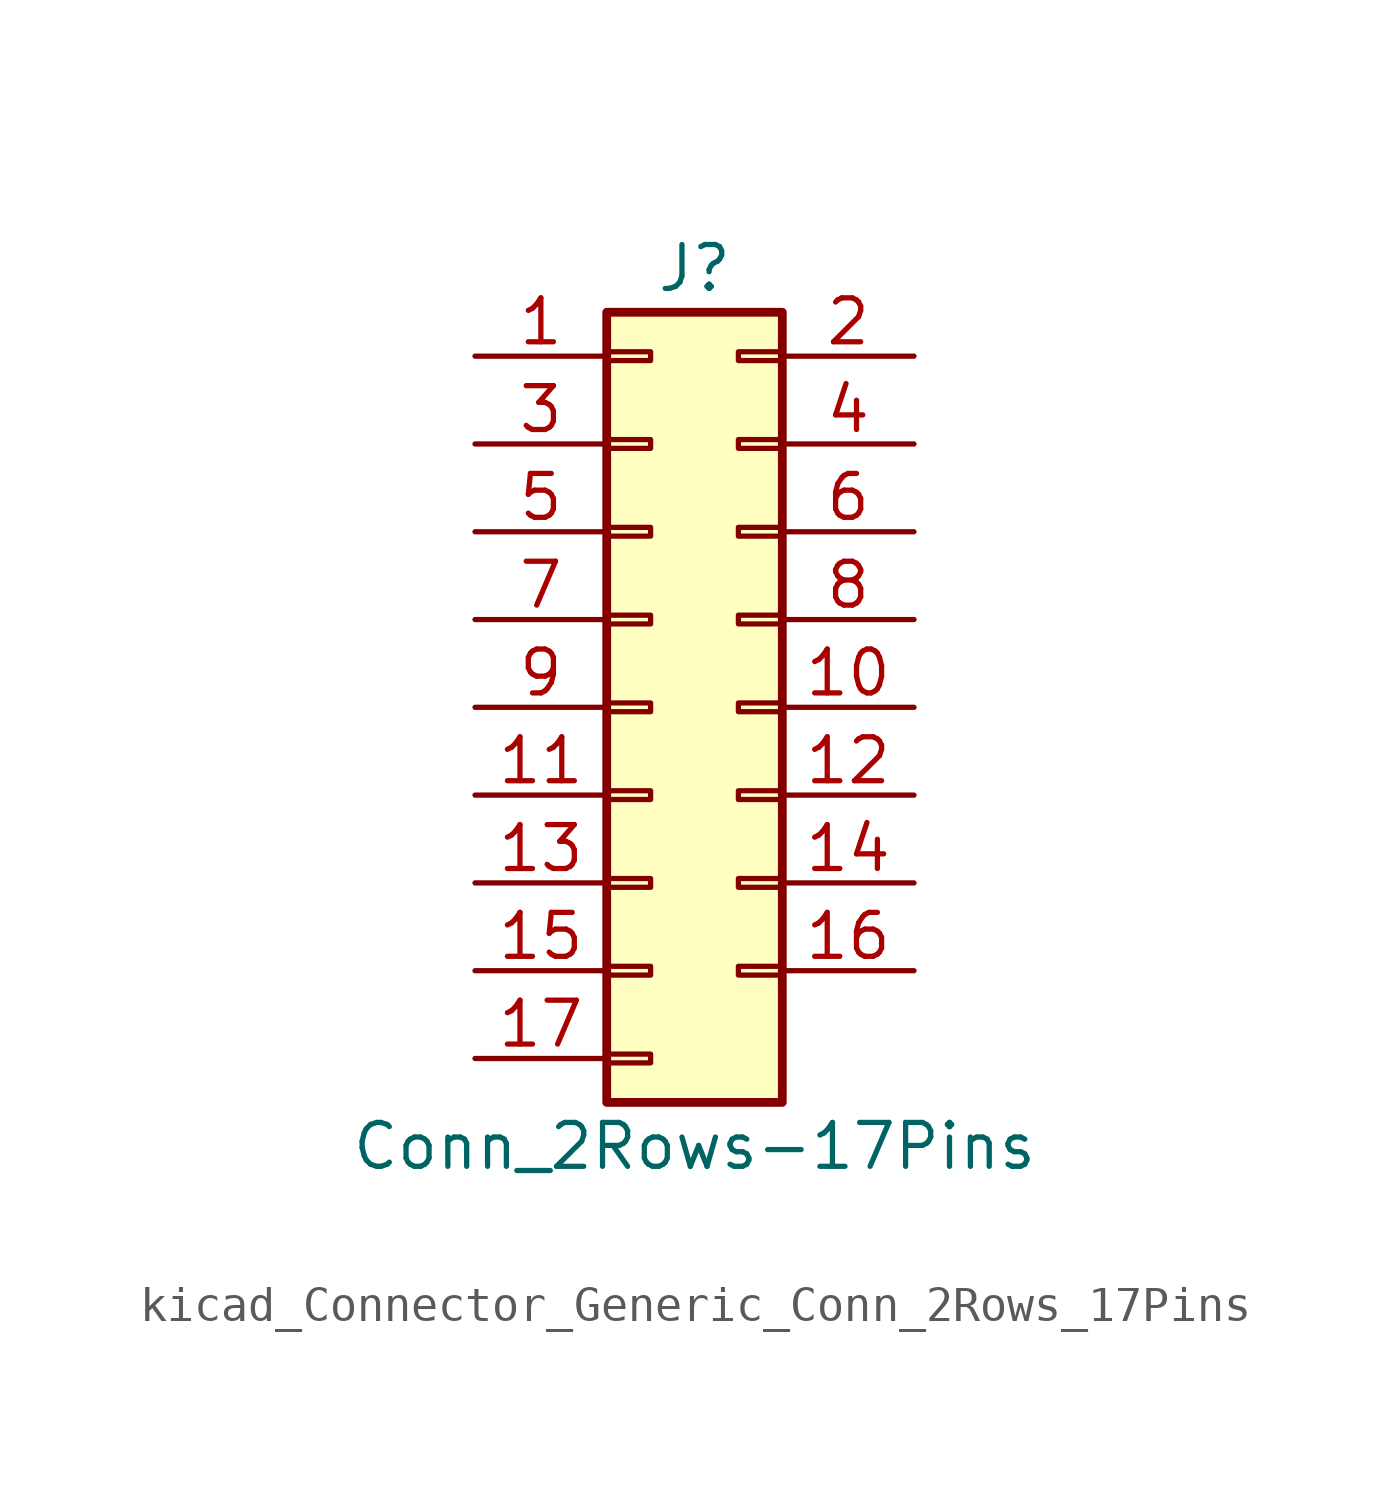
<source format=kicad_sym>
(kicad_symbol_lib
  (version 20220914)
  (generator kicad_symbol_editor)
  (symbol "kicad_Connector_Generic_Conn_2Rows_17Pins"
    (pin_names
      (offset 1.016) hide)
    (property "Reference" "J"
      (at 1.27 12.7 0)
      (effects (font (size 1.27 1.27))))
    (property "Value" "Conn_2Rows-17Pins"
      (at 1.27 -12.7 0)
      (effects (font (size 1.27 1.27))))
    (symbol "kicad_Connector_Generic_Conn_2Rows_17Pins_1_1"
      (rectangle (start -1.27 -10.033) (end 0 -10.287) (stroke (width 0.152) (type default)) (fill (type none)))
      (rectangle (start -1.27 -7.493) (end 0 -7.747) (stroke (width 0.152) (type default)) (fill (type none)))
      (rectangle (start -1.27 -4.953) (end 0 -5.207) (stroke (width 0.152) (type default)) (fill (type none)))
      (rectangle (start -1.27 -2.413) (end 0 -2.667) (stroke (width 0.152) (type default)) (fill (type none)))
      (rectangle (start -1.27 0.127) (end 0 -0.127) (stroke (width 0.152) (type default)) (fill (type none)))
      (rectangle (start -1.27 2.667) (end 0 2.413) (stroke (width 0.152) (type default)) (fill (type none)))
      (rectangle (start -1.27 5.207) (end 0 4.953) (stroke (width 0.152) (type default)) (fill (type none)))
      (rectangle (start -1.27 7.747) (end 0 7.493) (stroke (width 0.152) (type default)) (fill (type none)))
      (rectangle (start -1.27 10.287) (end 0 10.033) (stroke (width 0.152) (type default)) (fill (type none)))
      (rectangle (start -1.27 11.43) (end 3.81 -11.43) (stroke (width 0.254) (type default)) (fill (type background)))
      (rectangle (start 3.81 -7.493) (end 2.54 -7.747) (stroke (width 0.152) (type default)) (fill (type none)))
      (rectangle (start 3.81 -4.953) (end 2.54 -5.207) (stroke (width 0.152) (type default)) (fill (type none)))
      (rectangle (start 3.81 -2.413) (end 2.54 -2.667) (stroke (width 0.152) (type default)) (fill (type none)))
      (rectangle (start 3.81 0.127) (end 2.54 -0.127) (stroke (width 0.152) (type default)) (fill (type none)))
      (rectangle (start 3.81 2.667) (end 2.54 2.413) (stroke (width 0.152) (type default)) (fill (type none)))
      (rectangle (start 3.81 5.207) (end 2.54 4.953) (stroke (width 0.152) (type default)) (fill (type none)))
      (rectangle (start 3.81 7.747) (end 2.54 7.493) (stroke (width 0.152) (type default)) (fill (type none)))
      (rectangle (start 3.81 10.287) (end 2.54 10.033) (stroke (width 0.152) (type default)) (fill (type none)))
      (pin passive line (at -5.08 10.16 0) (length 3.81) (name "Pin_1" (effects (font (size 1.27 1.27)))) (number "1" (effects (font (size 1.27 1.27)))))
      (pin passive line (at 7.62 0 180) (length 3.81) (name "Pin_10" (effects (font (size 1.27 1.27)))) (number "10" (effects (font (size 1.27 1.27)))))
      (pin passive line (at -5.08 -2.54 0) (length 3.81) (name "Pin_11" (effects (font (size 1.27 1.27)))) (number "11" (effects (font (size 1.27 1.27)))))
      (pin passive line (at 7.62 -2.54 180) (length 3.81) (name "Pin_12" (effects (font (size 1.27 1.27)))) (number "12" (effects (font (size 1.27 1.27)))))
      (pin passive line (at -5.08 -5.08 0) (length 3.81) (name "Pin_13" (effects (font (size 1.27 1.27)))) (number "13" (effects (font (size 1.27 1.27)))))
      (pin passive line (at 7.62 -5.08 180) (length 3.81) (name "Pin_14" (effects (font (size 1.27 1.27)))) (number "14" (effects (font (size 1.27 1.27)))))
      (pin passive line (at -5.08 -7.62 0) (length 3.81) (name "Pin_15" (effects (font (size 1.27 1.27)))) (number "15" (effects (font (size 1.27 1.27)))))
      (pin passive line (at 7.62 -7.62 180) (length 3.81) (name "Pin_16" (effects (font (size 1.27 1.27)))) (number "16" (effects (font (size 1.27 1.27)))))
      (pin passive line (at -5.08 -10.16 0) (length 3.81) (name "Pin_17" (effects (font (size 1.27 1.27)))) (number "17" (effects (font (size 1.27 1.27)))))
      (pin passive line (at 7.62 10.16 180) (length 3.81) (name "Pin_2" (effects (font (size 1.27 1.27)))) (number "2" (effects (font (size 1.27 1.27)))))
      (pin passive line (at -5.08 7.62 0) (length 3.81) (name "Pin_3" (effects (font (size 1.27 1.27)))) (number "3" (effects (font (size 1.27 1.27)))))
      (pin passive line (at 7.62 7.62 180) (length 3.81) (name "Pin_4" (effects (font (size 1.27 1.27)))) (number "4" (effects (font (size 1.27 1.27)))))
      (pin passive line (at -5.08 5.08 0) (length 3.81) (name "Pin_5" (effects (font (size 1.27 1.27)))) (number "5" (effects (font (size 1.27 1.27)))))
      (pin passive line (at 7.62 5.08 180) (length 3.81) (name "Pin_6" (effects (font (size 1.27 1.27)))) (number "6" (effects (font (size 1.27 1.27)))))
      (pin passive line (at -5.08 2.54 0) (length 3.81) (name "Pin_7" (effects (font (size 1.27 1.27)))) (number "7" (effects (font (size 1.27 1.27)))))
      (pin passive line (at 7.62 2.54 180) (length 3.81) (name "Pin_8" (effects (font (size 1.27 1.27)))) (number "8" (effects (font (size 1.27 1.27)))))
      (pin passive line (at -5.08 0 0) (length 3.81) (name "Pin_9" (effects (font (size 1.27 1.27)))) (number "9" (effects (font (size 1.27 1.27))))))))
</source>
